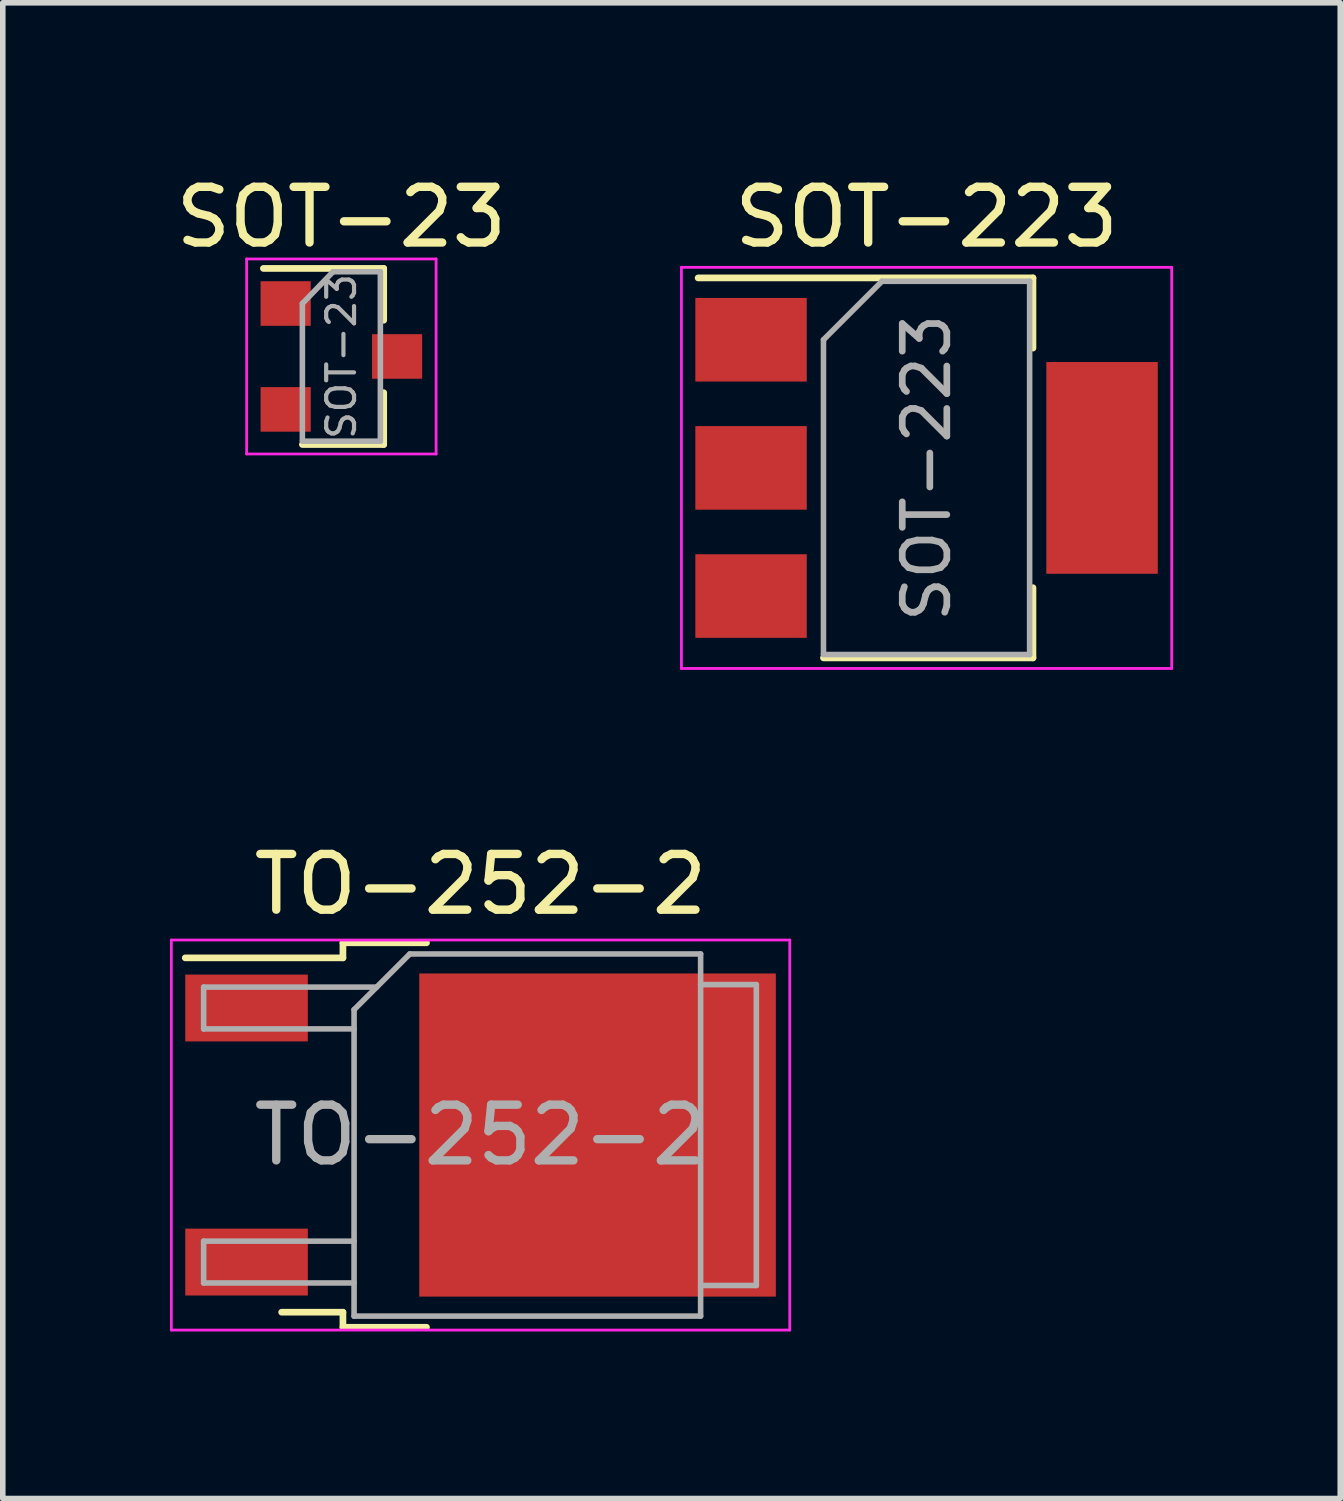
<source format=kicad_pcb>
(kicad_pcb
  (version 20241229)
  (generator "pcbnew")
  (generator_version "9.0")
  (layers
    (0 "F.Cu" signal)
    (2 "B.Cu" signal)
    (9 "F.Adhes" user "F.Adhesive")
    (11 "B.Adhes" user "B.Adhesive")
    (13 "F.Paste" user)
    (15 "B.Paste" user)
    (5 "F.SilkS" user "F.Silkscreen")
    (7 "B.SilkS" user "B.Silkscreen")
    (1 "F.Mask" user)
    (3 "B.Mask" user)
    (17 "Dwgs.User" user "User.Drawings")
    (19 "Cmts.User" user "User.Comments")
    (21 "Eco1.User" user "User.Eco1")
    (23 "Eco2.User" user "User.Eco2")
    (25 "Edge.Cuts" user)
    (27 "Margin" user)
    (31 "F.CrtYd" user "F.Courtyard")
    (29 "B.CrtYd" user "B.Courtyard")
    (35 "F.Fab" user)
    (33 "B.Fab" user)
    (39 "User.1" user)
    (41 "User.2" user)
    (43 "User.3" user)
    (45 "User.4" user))
  (footprint "SOT-223"
    (layer "F.Cu")
    (at 13.58 5.348)
    (property "Reference" "SOT-223" (at 0 -4.5 0) (layer "F.SilkS") (effects (font (size 1 1) (thickness 0.15))))
    (attr smd)
    (fp_line (start -4.1 -3.41) (end 1.91 -3.41) (stroke (width 0.12) (type solid)) (layer "F.SilkS"))
    (fp_line (start -1.85 3.41) (end 1.91 3.41) (stroke (width 0.12) (type solid)) (layer "F.SilkS"))
    (fp_line (start 1.91 -3.41) (end 1.91 -2.15) (stroke (width 0.12) (type solid)) (layer "F.SilkS"))
    (fp_line (start 1.91 3.41) (end 1.91 2.15) (stroke (width 0.12) (type solid)) (layer "F.SilkS"))
    (fp_line (start -4.4 -3.6) (end -4.4 3.6) (stroke (width 0.05) (type solid)) (layer "F.CrtYd"))
    (fp_line (start -4.4 3.6) (end 4.4 3.6) (stroke (width 0.05) (type solid)) (layer "F.CrtYd"))
    (fp_line (start 4.4 -3.6) (end -4.4 -3.6) (stroke (width 0.05) (type solid)) (layer "F.CrtYd"))
    (fp_line (start 4.4 3.6) (end 4.4 -3.6) (stroke (width 0.05) (type solid)) (layer "F.CrtYd"))
    (fp_line (start -1.85 -2.3) (end -1.85 3.35) (stroke (width 0.1) (type solid)) (layer "F.Fab"))
    (fp_line (start -1.85 -2.3) (end -0.8 -3.35) (stroke (width 0.1) (type solid)) (layer "F.Fab"))
    (fp_line (start -1.85 3.35) (end 1.85 3.35) (stroke (width 0.1) (type solid)) (layer "F.Fab"))
    (fp_line (start -0.8 -3.35) (end 1.85 -3.35) (stroke (width 0.1) (type solid)) (layer "F.Fab"))
    (fp_line (start 1.85 -3.35) (end 1.85 3.35) (stroke (width 0.1) (type solid)) (layer "F.Fab"))
    (fp_text user "${REFERENCE}" (at 0 0 90) (layer "F.Fab") (effects (font (size 0.8 0.8) (thickness 0.12))))
    (pad "1" smd rect (at -3.15 -2.3) (size 2 1.5) (layers "F.Cu" "F.Mask" "F.Paste"))
    (pad "2" smd rect (at -3.15 0) (size 2 1.5) (layers "F.Cu" "F.Mask" "F.Paste"))
    (pad "3" smd rect (at -3.15 2.3) (size 2 1.5) (layers "F.Cu" "F.Mask" "F.Paste"))
    (pad "4" smd rect (at 3.15 0) (size 2 3.8) (layers "F.Cu" "F.Mask" "F.Paste")))
  (footprint "TO-252-2"
    (layer "F.Cu")
    (at 5.575 17.322)
    (property "Reference" "TO-252-2" (at 0 -4.5 0) (layer "F.SilkS") (effects (font (size 1 1) (thickness 0.15))))
    (attr smd)
    (fp_line (start -2.47 -3.45) (end -2.47 -3.18) (stroke (width 0.12) (type solid)) (layer "F.SilkS"))
    (fp_line (start -2.47 -3.18) (end -5.3 -3.18) (stroke (width 0.12) (type solid)) (layer "F.SilkS"))
    (fp_line (start -2.47 3.18) (end -3.57 3.18) (stroke (width 0.12) (type solid)) (layer "F.SilkS"))
    (fp_line (start -2.47 3.45) (end -2.47 3.18) (stroke (width 0.12) (type solid)) (layer "F.SilkS"))
    (fp_line (start -0.97 -3.45) (end -2.47 -3.45) (stroke (width 0.12) (type solid)) (layer "F.SilkS"))
    (fp_line (start -0.97 3.45) (end -2.47 3.45) (stroke (width 0.12) (type solid)) (layer "F.SilkS"))
    (fp_line (start -5.55 -3.5) (end -5.55 3.5) (stroke (width 0.05) (type solid)) (layer "F.CrtYd"))
    (fp_line (start -5.55 3.5) (end 5.55 3.5) (stroke (width 0.05) (type solid)) (layer "F.CrtYd"))
    (fp_line (start 5.55 -3.5) (end -5.55 -3.5) (stroke (width 0.05) (type solid)) (layer "F.CrtYd"))
    (fp_line (start 5.55 3.5) (end 5.55 -3.5) (stroke (width 0.05) (type solid)) (layer "F.CrtYd"))
    (fp_line (start -4.97 -2.655) (end -4.97 -1.905) (stroke (width 0.1) (type solid)) (layer "F.Fab"))
    (fp_line (start -4.97 -1.905) (end -2.27 -1.905) (stroke (width 0.1) (type solid)) (layer "F.Fab"))
    (fp_line (start -4.97 1.905) (end -4.97 2.655) (stroke (width 0.1) (type solid)) (layer "F.Fab"))
    (fp_line (start -4.97 2.655) (end -2.27 2.655) (stroke (width 0.1) (type solid)) (layer "F.Fab"))
    (fp_line (start -2.27 -2.25) (end -1.27 -3.25) (stroke (width 0.1) (type solid)) (layer "F.Fab"))
    (fp_line (start -2.27 1.905) (end -4.97 1.905) (stroke (width 0.1) (type solid)) (layer "F.Fab"))
    (fp_line (start -2.27 3.25) (end -2.27 -2.25) (stroke (width 0.1) (type solid)) (layer "F.Fab"))
    (fp_line (start -1.865 -2.655) (end -4.97 -2.655) (stroke (width 0.1) (type solid)) (layer "F.Fab"))
    (fp_line (start -1.27 -3.25) (end 3.95 -3.25) (stroke (width 0.1) (type solid)) (layer "F.Fab"))
    (fp_line (start 3.95 -3.25) (end 3.95 3.25) (stroke (width 0.1) (type solid)) (layer "F.Fab"))
    (fp_line (start 3.95 -2.7) (end 4.95 -2.7) (stroke (width 0.1) (type solid)) (layer "F.Fab"))
    (fp_line (start 3.95 3.25) (end -2.27 3.25) (stroke (width 0.1) (type solid)) (layer "F.Fab"))
    (fp_line (start 4.95 -2.7) (end 4.95 2.7) (stroke (width 0.1) (type solid)) (layer "F.Fab"))
    (fp_line (start 4.95 2.7) (end 3.95 2.7) (stroke (width 0.1) (type solid)) (layer "F.Fab"))
    (fp_text user "${REFERENCE}" (at 0 0 0) (layer "F.Fab") (effects (font (size 1 1) (thickness 0.15))))
    (pad "" smd rect (at 0.425 -1.525) (size 3.05 2.75) (layers "F.Paste"))
    (pad "" smd rect (at 0.425 1.525) (size 3.05 2.75) (layers "F.Paste"))
    (pad "" smd rect (at 3.775 -1.525) (size 3.05 2.75) (layers "F.Paste"))
    (pad "" smd rect (at 3.775 1.525) (size 3.05 2.75) (layers "F.Paste"))
    (pad "1" smd rect (at -4.2 -2.28) (size 2.2 1.2) (layers "F.Cu" "F.Mask" "F.Paste"))
    (pad "2" smd rect (at 2.1 0) (size 6.4 5.8) (layers "F.Cu" "F.Mask"))
    (pad "3" smd rect (at -4.2 2.28) (size 2.2 1.2) (layers "F.Cu" "F.Mask" "F.Paste")))
  (footprint "SOT-23"
    (layer "F.Cu")
    (at 3.077 3.348)
    (property "Reference" "SOT-23" (at 0 -2.5 0) (layer "F.SilkS") (effects (font (size 1 1) (thickness 0.15))))
    (attr smd)
    (fp_line (start 0.76 -1.58) (end -1.4 -1.58) (stroke (width 0.12) (type solid)) (layer "F.SilkS"))
    (fp_line (start 0.76 -1.58) (end 0.76 -0.65) (stroke (width 0.12) (type solid)) (layer "F.SilkS"))
    (fp_line (start 0.76 1.58) (end -0.7 1.58) (stroke (width 0.12) (type solid)) (layer "F.SilkS"))
    (fp_line (start 0.76 1.58) (end 0.76 0.65) (stroke (width 0.12) (type solid)) (layer "F.SilkS"))
    (fp_line (start -1.7 -1.75) (end 1.7 -1.75) (stroke (width 0.05) (type solid)) (layer "F.CrtYd"))
    (fp_line (start -1.7 1.75) (end -1.7 -1.75) (stroke (width 0.05) (type solid)) (layer "F.CrtYd"))
    (fp_line (start 1.7 -1.75) (end 1.7 1.75) (stroke (width 0.05) (type solid)) (layer "F.CrtYd"))
    (fp_line (start 1.7 1.75) (end -1.7 1.75) (stroke (width 0.05) (type solid)) (layer "F.CrtYd"))
    (fp_line (start -0.7 -0.95) (end -0.7 1.5) (stroke (width 0.1) (type solid)) (layer "F.Fab"))
    (fp_line (start -0.7 -0.95) (end -0.15 -1.52) (stroke (width 0.1) (type solid)) (layer "F.Fab"))
    (fp_line (start -0.7 1.52) (end 0.7 1.52) (stroke (width 0.1) (type solid)) (layer "F.Fab"))
    (fp_line (start -0.15 -1.52) (end 0.7 -1.52) (stroke (width 0.1) (type solid)) (layer "F.Fab"))
    (fp_line (start 0.7 -1.52) (end 0.7 1.52) (stroke (width 0.1) (type solid)) (layer "F.Fab"))
    (fp_text user "${REFERENCE}" (at 0 0 90) (layer "F.Fab") (effects (font (size 0.5 0.5) (thickness 0.075))))
    (pad "1" smd rect (at -1 -0.95) (size 0.9 0.8) (layers "F.Cu" "F.Mask" "F.Paste"))
    (pad "2" smd rect (at -1 0.95) (size 0.9 0.8) (layers "F.Cu" "F.Mask" "F.Paste"))
    (pad "3" smd rect (at 1 0) (size 0.9 0.8) (layers "F.Cu" "F.Mask" "F.Paste")))
  (gr_rect
    (start -3 -3)
    (end 21.005 23.846)
    (stroke (width 0.1) (type default))
    (fill no)
    (layer "Edge.Cuts")))
</source>
